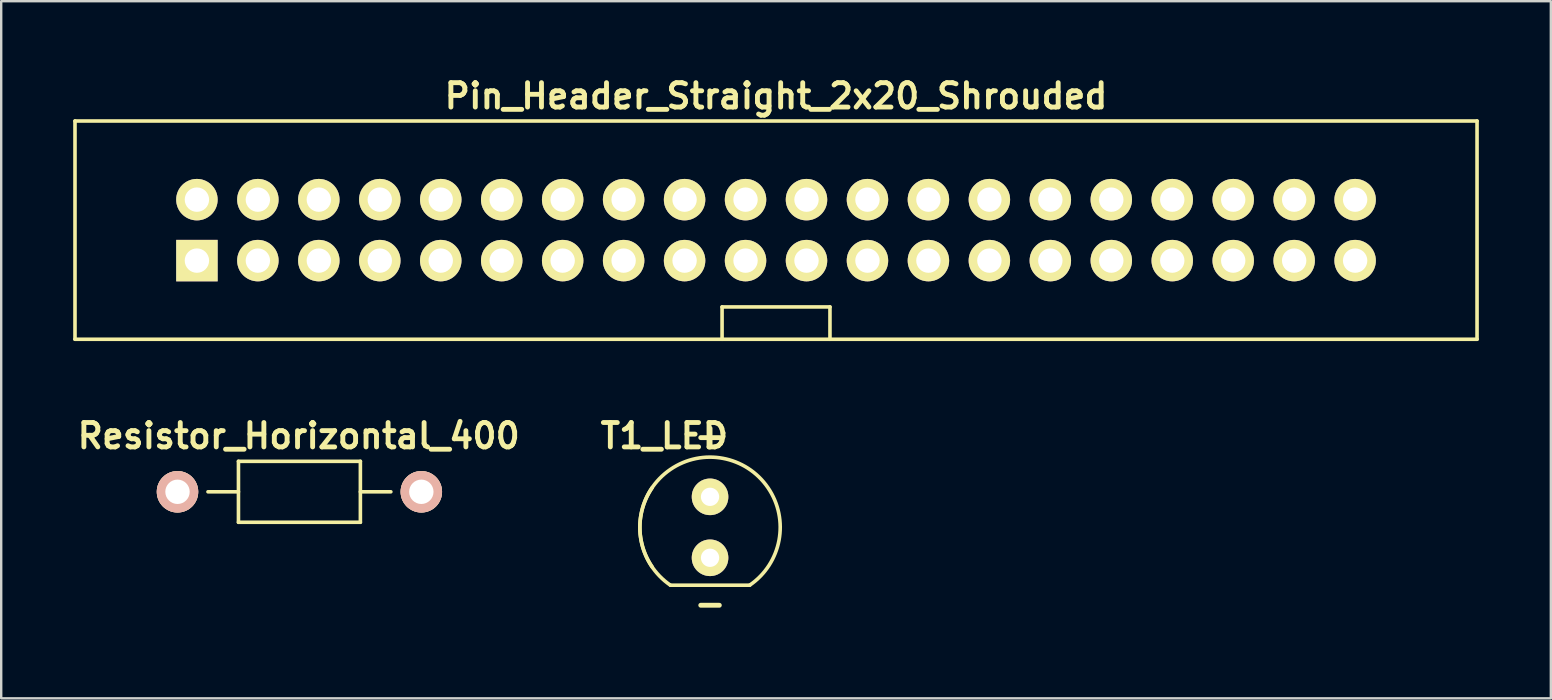
<source format=kicad_pcb>
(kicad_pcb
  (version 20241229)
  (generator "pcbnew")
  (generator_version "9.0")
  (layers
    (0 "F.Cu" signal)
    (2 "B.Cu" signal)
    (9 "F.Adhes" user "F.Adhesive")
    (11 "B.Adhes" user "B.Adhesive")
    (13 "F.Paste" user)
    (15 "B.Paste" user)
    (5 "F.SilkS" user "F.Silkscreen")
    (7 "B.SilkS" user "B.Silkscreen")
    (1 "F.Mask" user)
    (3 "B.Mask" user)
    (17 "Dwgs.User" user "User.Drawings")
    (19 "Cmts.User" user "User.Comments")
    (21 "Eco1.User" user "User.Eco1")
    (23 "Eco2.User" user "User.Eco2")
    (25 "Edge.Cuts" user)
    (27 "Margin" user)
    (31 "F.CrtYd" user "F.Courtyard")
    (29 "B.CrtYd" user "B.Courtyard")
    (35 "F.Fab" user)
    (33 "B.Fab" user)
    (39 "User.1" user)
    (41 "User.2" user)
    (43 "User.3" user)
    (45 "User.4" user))
  (footprint "Pin_Header_Straight_2x20_Shrouded"
    (layer "F.Cu")
    (at 29.285 6.539)
    (property "Reference" "Pin_Header_Straight_2x20_Shrouded" (at 0 -5.588 0) (layer "F.SilkS") (effects (font (size 1.016 1.016) (thickness 0.203))))
    (attr through_hole)
    (fp_line (start -29.21 -4.547) (end 29.21 -4.547) (stroke (width 0.15) (type solid)) (layer "F.SilkS"))
    (fp_line (start -29.21 4.547) (end -29.21 -4.547) (stroke (width 0.15) (type solid)) (layer "F.SilkS"))
    (fp_line (start -2.248 3.2) (end 2.248 3.2) (stroke (width 0.15) (type solid)) (layer "F.SilkS"))
    (fp_line (start -2.248 4.547) (end -2.248 3.2) (stroke (width 0.15) (type solid)) (layer "F.SilkS"))
    (fp_line (start 2.248 3.2) (end 2.248 4.547) (stroke (width 0.15) (type solid)) (layer "F.SilkS"))
    (fp_line (start 29.21 -4.547) (end 29.21 4.547) (stroke (width 0.15) (type solid)) (layer "F.SilkS"))
    (fp_line (start 29.21 4.547) (end -29.21 4.547) (stroke (width 0.15) (type solid)) (layer "F.SilkS"))
    (pad "1" thru_hole rect (at -24.13 1.27) (size 1.727 1.727) (drill 1.016) (layers "*.Cu" "*.Mask" "F.SilkS"))
    (pad "2" thru_hole oval (at -24.13 -1.27) (size 1.727 1.727) (drill 1.016) (layers "*.Cu" "*.Mask" "F.SilkS"))
    (pad "3" thru_hole oval (at -21.59 1.27) (size 1.727 1.727) (drill 1.016) (layers "*.Cu" "*.Mask" "F.SilkS"))
    (pad "4" thru_hole oval (at -21.59 -1.27) (size 1.727 1.727) (drill 1.016) (layers "*.Cu" "*.Mask" "F.SilkS"))
    (pad "5" thru_hole oval (at -19.05 1.27) (size 1.727 1.727) (drill 1.016) (layers "*.Cu" "*.Mask" "F.SilkS"))
    (pad "6" thru_hole oval (at -19.05 -1.27) (size 1.727 1.727) (drill 1.016) (layers "*.Cu" "*.Mask" "F.SilkS"))
    (pad "7" thru_hole oval (at -16.51 1.27) (size 1.727 1.727) (drill 1.016) (layers "*.Cu" "*.Mask" "F.SilkS"))
    (pad "8" thru_hole oval (at -16.51 -1.27) (size 1.727 1.727) (drill 1.016) (layers "*.Cu" "*.Mask" "F.SilkS"))
    (pad "9" thru_hole oval (at -13.97 1.27) (size 1.727 1.727) (drill 1.016) (layers "*.Cu" "*.Mask" "F.SilkS"))
    (pad "10" thru_hole oval (at -13.97 -1.27) (size 1.727 1.727) (drill 1.016) (layers "*.Cu" "*.Mask" "F.SilkS"))
    (pad "11" thru_hole oval (at -11.43 1.27) (size 1.727 1.727) (drill 1.016) (layers "*.Cu" "*.Mask" "F.SilkS"))
    (pad "12" thru_hole oval (at -11.43 -1.27) (size 1.727 1.727) (drill 1.016) (layers "*.Cu" "*.Mask" "F.SilkS"))
    (pad "13" thru_hole oval (at -8.89 1.27) (size 1.727 1.727) (drill 1.016) (layers "*.Cu" "*.Mask" "F.SilkS"))
    (pad "14" thru_hole oval (at -8.89 -1.27) (size 1.727 1.727) (drill 1.016) (layers "*.Cu" "*.Mask" "F.SilkS"))
    (pad "15" thru_hole oval (at -6.35 1.27) (size 1.727 1.727) (drill 1.016) (layers "*.Cu" "*.Mask" "F.SilkS"))
    (pad "16" thru_hole oval (at -6.35 -1.27) (size 1.727 1.727) (drill 1.016) (layers "*.Cu" "*.Mask" "F.SilkS"))
    (pad "17" thru_hole oval (at -3.81 1.27) (size 1.727 1.727) (drill 1.016) (layers "*.Cu" "*.Mask" "F.SilkS"))
    (pad "18" thru_hole oval (at -3.81 -1.27) (size 1.727 1.727) (drill 1.016) (layers "*.Cu" "*.Mask" "F.SilkS"))
    (pad "19" thru_hole oval (at -1.27 1.27) (size 1.727 1.727) (drill 1.016) (layers "*.Cu" "*.Mask" "F.SilkS"))
    (pad "20" thru_hole oval (at -1.27 -1.27) (size 1.727 1.727) (drill 1.016) (layers "*.Cu" "*.Mask" "F.SilkS"))
    (pad "21" thru_hole oval (at 1.27 1.27) (size 1.727 1.727) (drill 1.016) (layers "*.Cu" "*.Mask" "F.SilkS"))
    (pad "22" thru_hole oval (at 1.27 -1.27) (size 1.727 1.727) (drill 1.016) (layers "*.Cu" "*.Mask" "F.SilkS"))
    (pad "23" thru_hole oval (at 3.81 1.27) (size 1.727 1.727) (drill 1.016) (layers "*.Cu" "*.Mask" "F.SilkS"))
    (pad "24" thru_hole oval (at 3.81 -1.27) (size 1.727 1.727) (drill 1.016) (layers "*.Cu" "*.Mask" "F.SilkS"))
    (pad "25" thru_hole oval (at 6.35 1.27) (size 1.727 1.727) (drill 1.016) (layers "*.Cu" "*.Mask" "F.SilkS"))
    (pad "26" thru_hole oval (at 6.35 -1.27) (size 1.727 1.727) (drill 1.016) (layers "*.Cu" "*.Mask" "F.SilkS"))
    (pad "27" thru_hole oval (at 8.89 1.27) (size 1.727 1.727) (drill 1.016) (layers "*.Cu" "*.Mask" "F.SilkS"))
    (pad "28" thru_hole oval (at 8.89 -1.27) (size 1.727 1.727) (drill 1.016) (layers "*.Cu" "*.Mask" "F.SilkS"))
    (pad "29" thru_hole oval (at 11.43 1.27) (size 1.727 1.727) (drill 1.016) (layers "*.Cu" "*.Mask" "F.SilkS"))
    (pad "30" thru_hole oval (at 11.43 -1.27) (size 1.727 1.727) (drill 1.016) (layers "*.Cu" "*.Mask" "F.SilkS"))
    (pad "31" thru_hole oval (at 13.97 1.27) (size 1.727 1.727) (drill 1.016) (layers "*.Cu" "*.Mask" "F.SilkS"))
    (pad "32" thru_hole oval (at 13.97 -1.27) (size 1.727 1.727) (drill 1.016) (layers "*.Cu" "*.Mask" "F.SilkS"))
    (pad "33" thru_hole oval (at 16.51 1.27) (size 1.727 1.727) (drill 1.016) (layers "*.Cu" "*.Mask" "F.SilkS"))
    (pad "34" thru_hole oval (at 16.51 -1.27) (size 1.727 1.727) (drill 1.016) (layers "*.Cu" "*.Mask" "F.SilkS"))
    (pad "35" thru_hole oval (at 19.05 1.27) (size 1.727 1.727) (drill 1.016) (layers "*.Cu" "*.Mask" "F.SilkS"))
    (pad "36" thru_hole oval (at 19.05 -1.27) (size 1.727 1.727) (drill 1.016) (layers "*.Cu" "*.Mask" "F.SilkS"))
    (pad "37" thru_hole oval (at 21.59 1.27) (size 1.727 1.727) (drill 1.016) (layers "*.Cu" "*.Mask" "F.SilkS"))
    (pad "38" thru_hole oval (at 21.59 -1.27) (size 1.727 1.727) (drill 1.016) (layers "*.Cu" "*.Mask" "F.SilkS"))
    (pad "39" thru_hole oval (at 24.13 1.27) (size 1.727 1.727) (drill 1.016) (layers "*.Cu" "*.Mask" "F.SilkS"))
    (pad "40" thru_hole oval (at 24.13 -1.27) (size 1.727 1.727) (drill 1.016) (layers "*.Cu" "*.Mask" "F.SilkS")))
  (footprint "Resistor_Horizontal_400"
    (layer "F.Cu")
    (at 9.426 17.442)
    (property "Reference" "Resistor_Horizontal_400" (at -0.03 -2.33 0) (layer "F.SilkS") (effects (font (size 1.016 1.016) (thickness 0.203))))
    (attr through_hole)
    (fp_line (start -2.54 -1.27) (end -2.54 1.27) (stroke (width 0.15) (type solid)) (layer "F.SilkS"))
    (fp_line (start -2.54 0) (end -3.81 0) (stroke (width 0.15) (type solid)) (layer "F.SilkS"))
    (fp_line (start -2.54 1.27) (end 2.54 1.27) (stroke (width 0.15) (type solid)) (layer "F.SilkS"))
    (fp_line (start 2.54 -1.27) (end -2.54 -1.27) (stroke (width 0.15) (type solid)) (layer "F.SilkS"))
    (fp_line (start 2.54 0) (end 3.81 0) (stroke (width 0.15) (type solid)) (layer "F.SilkS"))
    (fp_line (start 2.54 1.27) (end 2.54 -1.27) (stroke (width 0.15) (type solid)) (layer "F.SilkS"))
    (pad "1" thru_hole circle (at -5.08 0) (size 1.727 1.727) (drill 1.016) (layers "*.Cu" "*.SilkS" "*.Mask"))
    (pad "2" thru_hole circle (at 5.08 0) (size 1.727 1.727) (drill 1.016) (layers "*.Cu" "*.SilkS" "*.Mask")))
  (footprint "T1_LED"
    (layer "F.Cu")
    (at 26.536 18.922)
    (property "Reference" "T1_LED" (at -1.905 -3.81 0) (layer "F.SilkS") (effects (font (size 1.016 1.016) (thickness 0.203))))
    (attr through_hole)
    (fp_line (start -1.651 2.413) (end 1.651 2.413) (stroke (width 0.15) (type solid)) (layer "F.SilkS"))
    (fp_arc (start -2.413 1.651) (mid 0.538815 -2.873682) (end 1.651 2.413) (stroke (width 0.15) (type solid)) (layer "F.SilkS"))
    (fp_arc (start -1.651 2.413) (mid -2.873682 0.538815) (end -2.413 -1.651) (stroke (width 0.15) (type solid)) (layer "F.SilkS"))
    (fp_text user "+" (at 0 -3.81 0) (layer "F.SilkS") (effects (font (size 1.016 1.016) (thickness 0.203))))
    (fp_text user "-" (at 0 3.175 0) (layer "F.SilkS") (effects (font (size 1.016 1.016) (thickness 0.203))))
    (pad "+" thru_hole circle (at 0 -1.27) (size 1.524 1.524) (drill 0.762) (layers "*.Cu" "*.Mask" "F.SilkS"))
    (pad "-" thru_hole circle (at 0 1.27) (size 1.524 1.524) (drill 0.762) (layers "*.Cu" "*.Mask" "F.SilkS")))
  (gr_rect
    (start -3 -3)
    (end 61.57 26.048)
    (stroke (width 0.1) (type default))
    (fill no)
    (layer "Edge.Cuts")))
</source>
